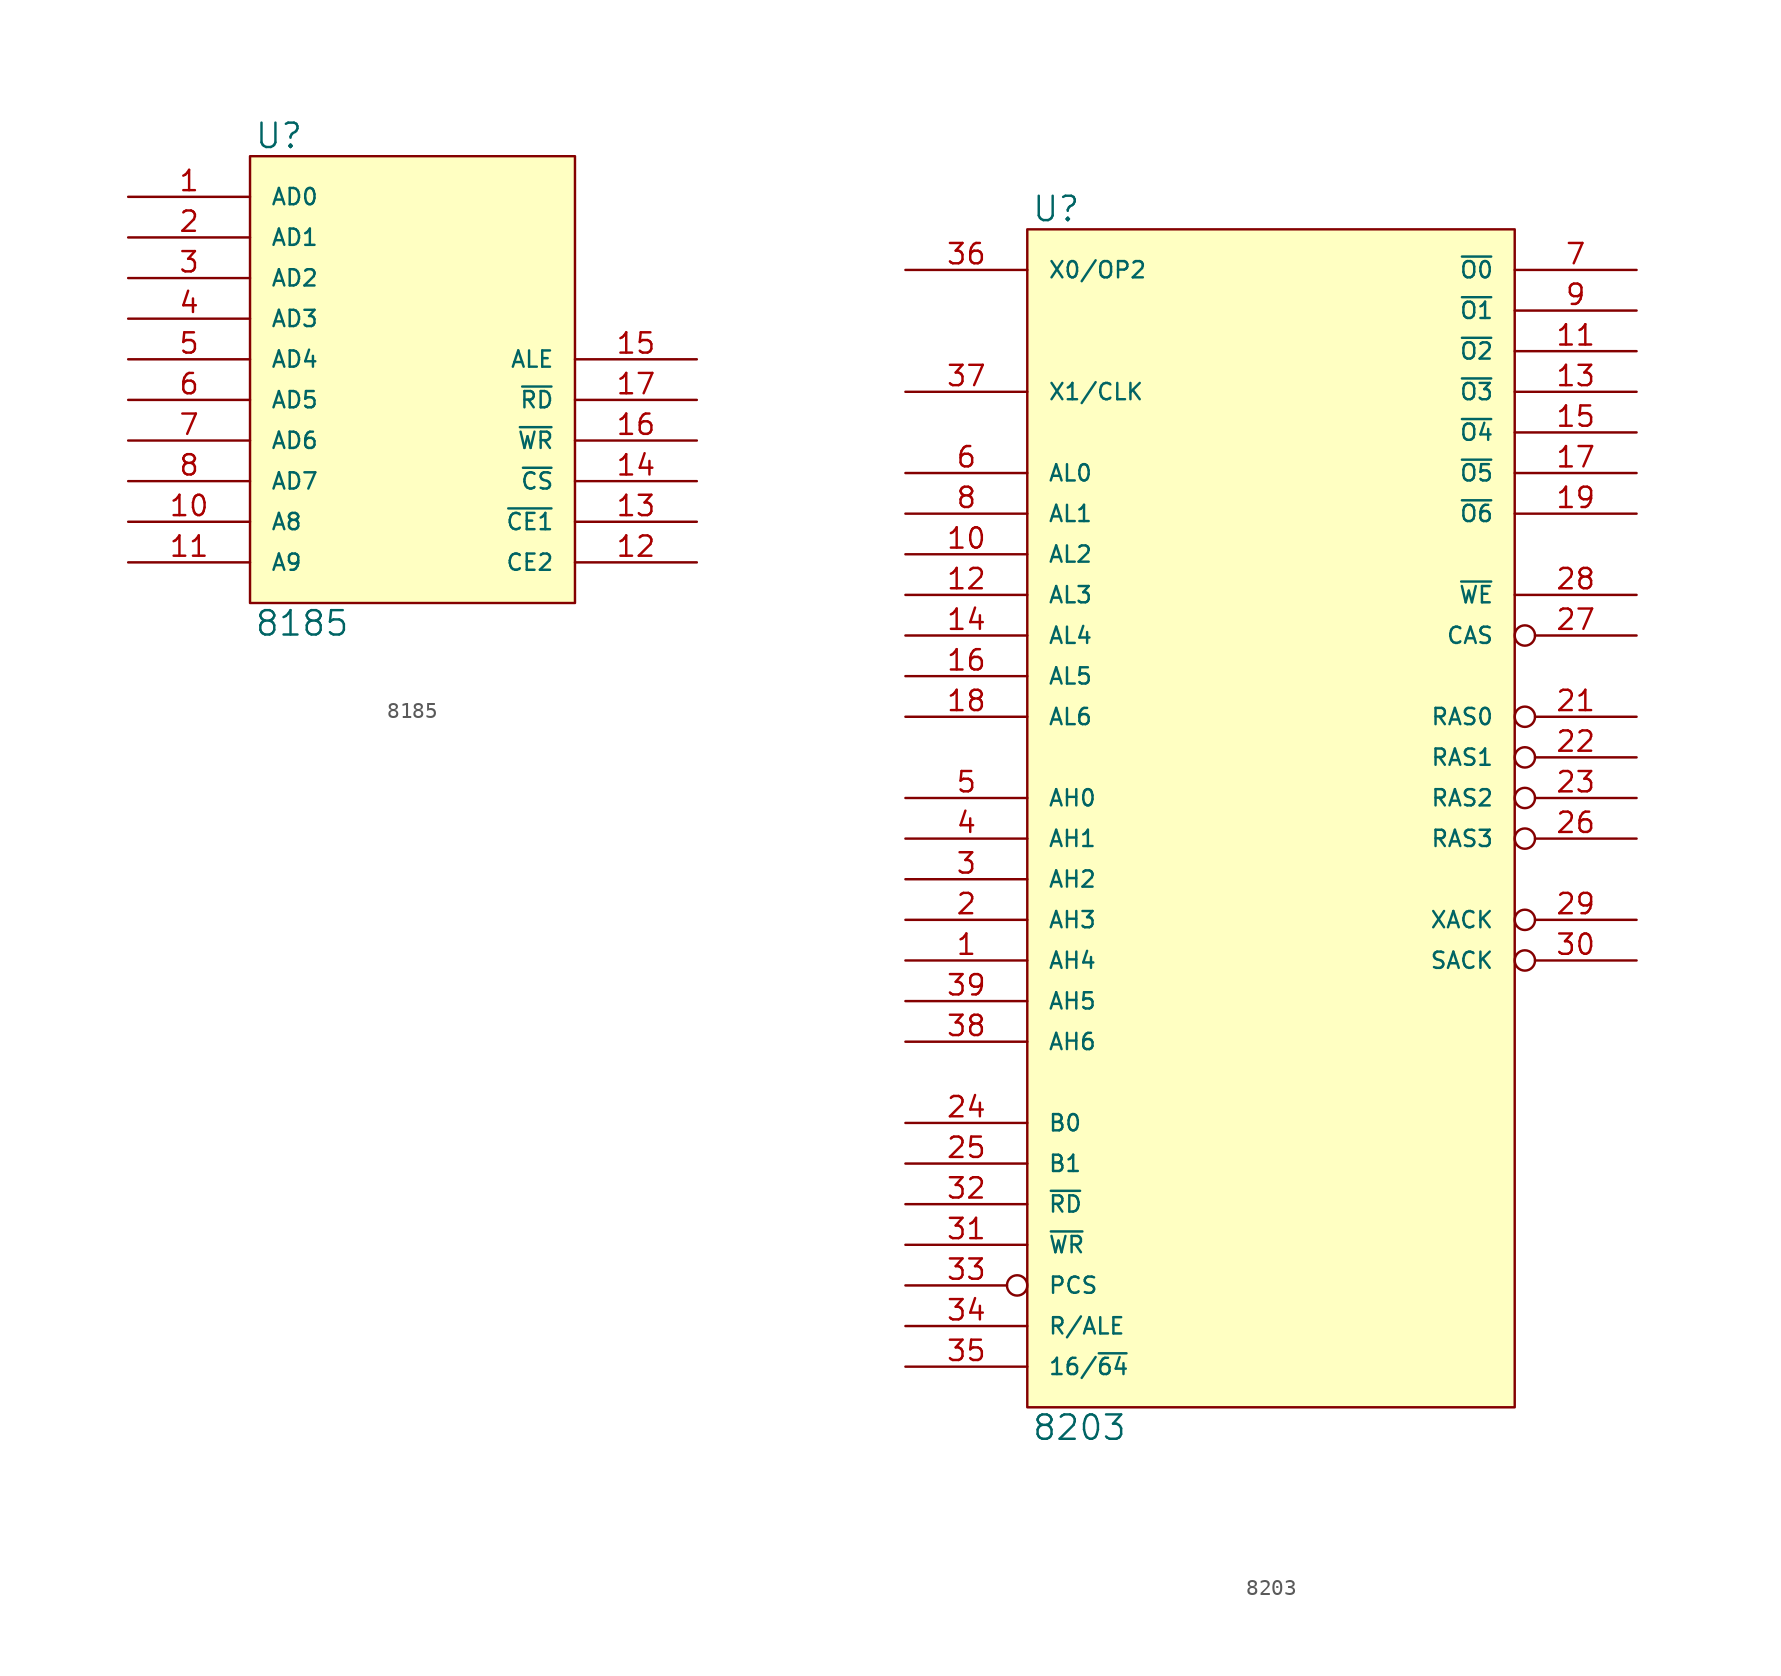
<source format=kicad_sym>
(kicad_symbol_lib
  (version 20231120)
  (generator "kicad_symbol_editor")
  (generator_version "8.0")
  (symbol "8185"
    (pin_names
      (offset 1.27))
    (property "Reference" "U"
      (at 0.254 0.381 0)
      (effects (font (size 1.524 1.524)) (justify left bottom)))
    (property "Value" "8185"
      (at 0.254 -28.321 0)
      (effects (font (size 1.524 1.524)) (justify left top)))
    (symbol "8185_0_1"
      (rectangle (start 0 0) (end 20.32 -27.94) (stroke (width 0) (type solid)) (fill (type background))))
    (symbol "8185_1_1"
      (pin bidirectional line (at -7.62 -2.54 0) (length 7.62) (name "AD0" (effects (font (size 1.016 1.016)))) (number "1" (effects (font (size 1.27 1.27)))))
      (pin input line (at -7.62 -22.86 0) (length 7.62) (name "A8" (effects (font (size 1.016 1.016)))) (number "10" (effects (font (size 1.27 1.27)))))
      (pin input line (at -7.62 -25.4 0) (length 7.62) (name "A9" (effects (font (size 1.016 1.016)))) (number "11" (effects (font (size 1.27 1.27)))))
      (pin input line (at 27.94 -25.4 180) (length 7.62) (name "CE2" (effects (font (size 1.016 1.016)))) (number "12" (effects (font (size 1.27 1.27)))))
      (pin input line (at 27.94 -22.86 180) (length 7.62) (name "~{CE1}" (effects (font (size 1.016 1.016)))) (number "13" (effects (font (size 1.27 1.27)))))
      (pin input line (at 27.94 -20.32 180) (length 7.62) (name "~{CS}" (effects (font (size 1.016 1.016)))) (number "14" (effects (font (size 1.27 1.27)))))
      (pin input line (at 27.94 -12.7 180) (length 7.62) (name "ALE" (effects (font (size 1.016 1.016)))) (number "15" (effects (font (size 1.27 1.27)))))
      (pin input line (at 27.94 -17.78 180) (length 7.62) (name "~{WR}" (effects (font (size 1.016 1.016)))) (number "16" (effects (font (size 1.27 1.27)))))
      (pin input line (at 27.94 -15.24 180) (length 7.62) (name "~{RD}" (effects (font (size 1.016 1.016)))) (number "17" (effects (font (size 1.27 1.27)))))
      (pin power_in line (at 0 0 270) (length 0) hide (name "VCC" (effects (font (size 1.016 1.016)))) (number "18" (effects (font (size 1.27 1.27)))))
      (pin bidirectional line (at -7.62 -5.08 0) (length 7.62) (name "AD1" (effects (font (size 1.016 1.016)))) (number "2" (effects (font (size 1.27 1.27)))))
      (pin bidirectional line (at -7.62 -7.62 0) (length 7.62) (name "AD2" (effects (font (size 1.016 1.016)))) (number "3" (effects (font (size 1.27 1.27)))))
      (pin bidirectional line (at -7.62 -10.16 0) (length 7.62) (name "AD3" (effects (font (size 1.016 1.016)))) (number "4" (effects (font (size 1.27 1.27)))))
      (pin bidirectional line (at -7.62 -12.7 0) (length 7.62) (name "AD4" (effects (font (size 1.016 1.016)))) (number "5" (effects (font (size 1.27 1.27)))))
      (pin bidirectional line (at -7.62 -15.24 0) (length 7.62) (name "AD5" (effects (font (size 1.016 1.016)))) (number "6" (effects (font (size 1.27 1.27)))))
      (pin bidirectional line (at -7.62 -17.78 0) (length 7.62) (name "AD6" (effects (font (size 1.016 1.016)))) (number "7" (effects (font (size 1.27 1.27)))))
      (pin bidirectional line (at -7.62 -20.32 0) (length 7.62) (name "AD7" (effects (font (size 1.016 1.016)))) (number "8" (effects (font (size 1.27 1.27)))))
      (pin power_in line (at 0 -27.94 90) (length 0) hide (name "VSS" (effects (font (size 1.016 1.016)))) (number "9" (effects (font (size 1.27 1.27)))))))
  (symbol "8203"
    (pin_names
      (offset 1.27))
    (property "Reference" "U"
      (at 0.254 0.381 0)
      (effects (font (size 1.524 1.524)) (justify left bottom)))
    (property "Value" "8203"
      (at 0.254 -74.041 0)
      (effects (font (size 1.524 1.524)) (justify left top)))
    (symbol "8203_0_1"
      (rectangle (start 0 0) (end 30.48 -73.66) (stroke (width 0) (type solid)) (fill (type background))))
    (symbol "8203_1_1"
      (pin input line (at -7.62 -45.72 0) (length 7.62) (name "AH4" (effects (font (size 1.016 1.016)))) (number "1" (effects (font (size 1.27 1.27)))))
      (pin input line (at -7.62 -20.32 0) (length 7.62) (name "AL2" (effects (font (size 1.016 1.016)))) (number "10" (effects (font (size 1.27 1.27)))))
      (pin output line (at 38.1 -7.62 180) (length 7.62) (name "~{O2}" (effects (font (size 1.016 1.016)))) (number "11" (effects (font (size 1.27 1.27)))))
      (pin input line (at -7.62 -22.86 0) (length 7.62) (name "AL3" (effects (font (size 1.016 1.016)))) (number "12" (effects (font (size 1.27 1.27)))))
      (pin output line (at 38.1 -10.16 180) (length 7.62) (name "~{O3}" (effects (font (size 1.016 1.016)))) (number "13" (effects (font (size 1.27 1.27)))))
      (pin input line (at -7.62 -25.4 0) (length 7.62) (name "AL4" (effects (font (size 1.016 1.016)))) (number "14" (effects (font (size 1.27 1.27)))))
      (pin output line (at 38.1 -12.7 180) (length 7.62) (name "~{O4}" (effects (font (size 1.016 1.016)))) (number "15" (effects (font (size 1.27 1.27)))))
      (pin input line (at -7.62 -27.94 0) (length 7.62) (name "AL5" (effects (font (size 1.016 1.016)))) (number "16" (effects (font (size 1.27 1.27)))))
      (pin output line (at 38.1 -15.24 180) (length 7.62) (name "~{O5}" (effects (font (size 1.016 1.016)))) (number "17" (effects (font (size 1.27 1.27)))))
      (pin input line (at -7.62 -30.48 0) (length 7.62) (name "AL6" (effects (font (size 1.016 1.016)))) (number "18" (effects (font (size 1.27 1.27)))))
      (pin output line (at 38.1 -17.78 180) (length 7.62) (name "~{O6}" (effects (font (size 1.016 1.016)))) (number "19" (effects (font (size 1.27 1.27)))))
      (pin input line (at -7.62 -43.18 0) (length 7.62) (name "AH3" (effects (font (size 1.016 1.016)))) (number "2" (effects (font (size 1.27 1.27)))))
      (pin power_in line (at 0 -73.66 90) (length 0) hide (name "GND" (effects (font (size 1.016 1.016)))) (number "20" (effects (font (size 1.27 1.27)))))
      (pin output inverted (at 38.1 -30.48 180) (length 7.62) (name "RAS0" (effects (font (size 1.016 1.016)))) (number "21" (effects (font (size 1.27 1.27)))))
      (pin output inverted (at 38.1 -33.02 180) (length 7.62) (name "RAS1" (effects (font (size 1.016 1.016)))) (number "22" (effects (font (size 1.27 1.27)))))
      (pin output inverted (at 38.1 -35.56 180) (length 7.62) (name "RAS2" (effects (font (size 1.016 1.016)))) (number "23" (effects (font (size 1.27 1.27)))))
      (pin input line (at -7.62 -55.88 0) (length 7.62) (name "B0" (effects (font (size 1.016 1.016)))) (number "24" (effects (font (size 1.27 1.27)))))
      (pin input line (at -7.62 -58.42 0) (length 7.62) (name "B1" (effects (font (size 1.016 1.016)))) (number "25" (effects (font (size 1.27 1.27)))))
      (pin bidirectional inverted (at 38.1 -38.1 180) (length 7.62) (name "RAS3" (effects (font (size 1.016 1.016)))) (number "26" (effects (font (size 1.27 1.27)))))
      (pin output inverted (at 38.1 -25.4 180) (length 7.62) (name "CAS" (effects (font (size 1.016 1.016)))) (number "27" (effects (font (size 1.27 1.27)))))
      (pin output line (at 38.1 -22.86 180) (length 7.62) (name "~{WE}" (effects (font (size 1.016 1.016)))) (number "28" (effects (font (size 1.27 1.27)))))
      (pin output inverted (at 38.1 -43.18 180) (length 7.62) (name "XACK" (effects (font (size 1.016 1.016)))) (number "29" (effects (font (size 1.27 1.27)))))
      (pin input line (at -7.62 -40.64 0) (length 7.62) (name "AH2" (effects (font (size 1.016 1.016)))) (number "3" (effects (font (size 1.27 1.27)))))
      (pin output inverted (at 38.1 -45.72 180) (length 7.62) (name "SACK" (effects (font (size 1.016 1.016)))) (number "30" (effects (font (size 1.27 1.27)))))
      (pin input line (at -7.62 -63.5 0) (length 7.62) (name "~{WR}" (effects (font (size 1.016 1.016)))) (number "31" (effects (font (size 1.27 1.27)))))
      (pin input line (at -7.62 -60.96 0) (length 7.62) (name "~{RD}" (effects (font (size 1.016 1.016)))) (number "32" (effects (font (size 1.27 1.27)))))
      (pin input inverted (at -7.62 -66.04 0) (length 7.62) (name "PCS" (effects (font (size 1.016 1.016)))) (number "33" (effects (font (size 1.27 1.27)))))
      (pin input line (at -7.62 -68.58 0) (length 7.62) (name "R/ALE" (effects (font (size 1.016 1.016)))) (number "34" (effects (font (size 1.27 1.27)))))
      (pin input line (at -7.62 -71.12 0) (length 7.62) (name "16/~{64}" (effects (font (size 1.016 1.016)))) (number "35" (effects (font (size 1.27 1.27)))))
      (pin input line (at -7.62 -2.54 0) (length 7.62) (name "X0/OP2" (effects (font (size 1.016 1.016)))) (number "36" (effects (font (size 1.27 1.27)))))
      (pin input line (at -7.62 -10.16 0) (length 7.62) (name "X1/CLK" (effects (font (size 1.016 1.016)))) (number "37" (effects (font (size 1.27 1.27)))))
      (pin input line (at -7.62 -50.8 0) (length 7.62) (name "AH6" (effects (font (size 1.016 1.016)))) (number "38" (effects (font (size 1.27 1.27)))))
      (pin input line (at -7.62 -48.26 0) (length 7.62) (name "AH5" (effects (font (size 1.016 1.016)))) (number "39" (effects (font (size 1.27 1.27)))))
      (pin input line (at -7.62 -38.1 0) (length 7.62) (name "AH1" (effects (font (size 1.016 1.016)))) (number "4" (effects (font (size 1.27 1.27)))))
      (pin power_in line (at 0 0 270) (length 0) hide (name "VCC" (effects (font (size 1.016 1.016)))) (number "40" (effects (font (size 1.27 1.27)))))
      (pin input line (at -7.62 -35.56 0) (length 7.62) (name "AH0" (effects (font (size 1.016 1.016)))) (number "5" (effects (font (size 1.27 1.27)))))
      (pin input line (at -7.62 -15.24 0) (length 7.62) (name "AL0" (effects (font (size 1.016 1.016)))) (number "6" (effects (font (size 1.27 1.27)))))
      (pin output line (at 38.1 -2.54 180) (length 7.62) (name "~{O0}" (effects (font (size 1.016 1.016)))) (number "7" (effects (font (size 1.27 1.27)))))
      (pin input line (at -7.62 -17.78 0) (length 7.62) (name "AL1" (effects (font (size 1.016 1.016)))) (number "8" (effects (font (size 1.27 1.27)))))
      (pin output line (at 38.1 -5.08 180) (length 7.62) (name "~{O1}" (effects (font (size 1.016 1.016)))) (number "9" (effects (font (size 1.27 1.27))))))))
</source>
